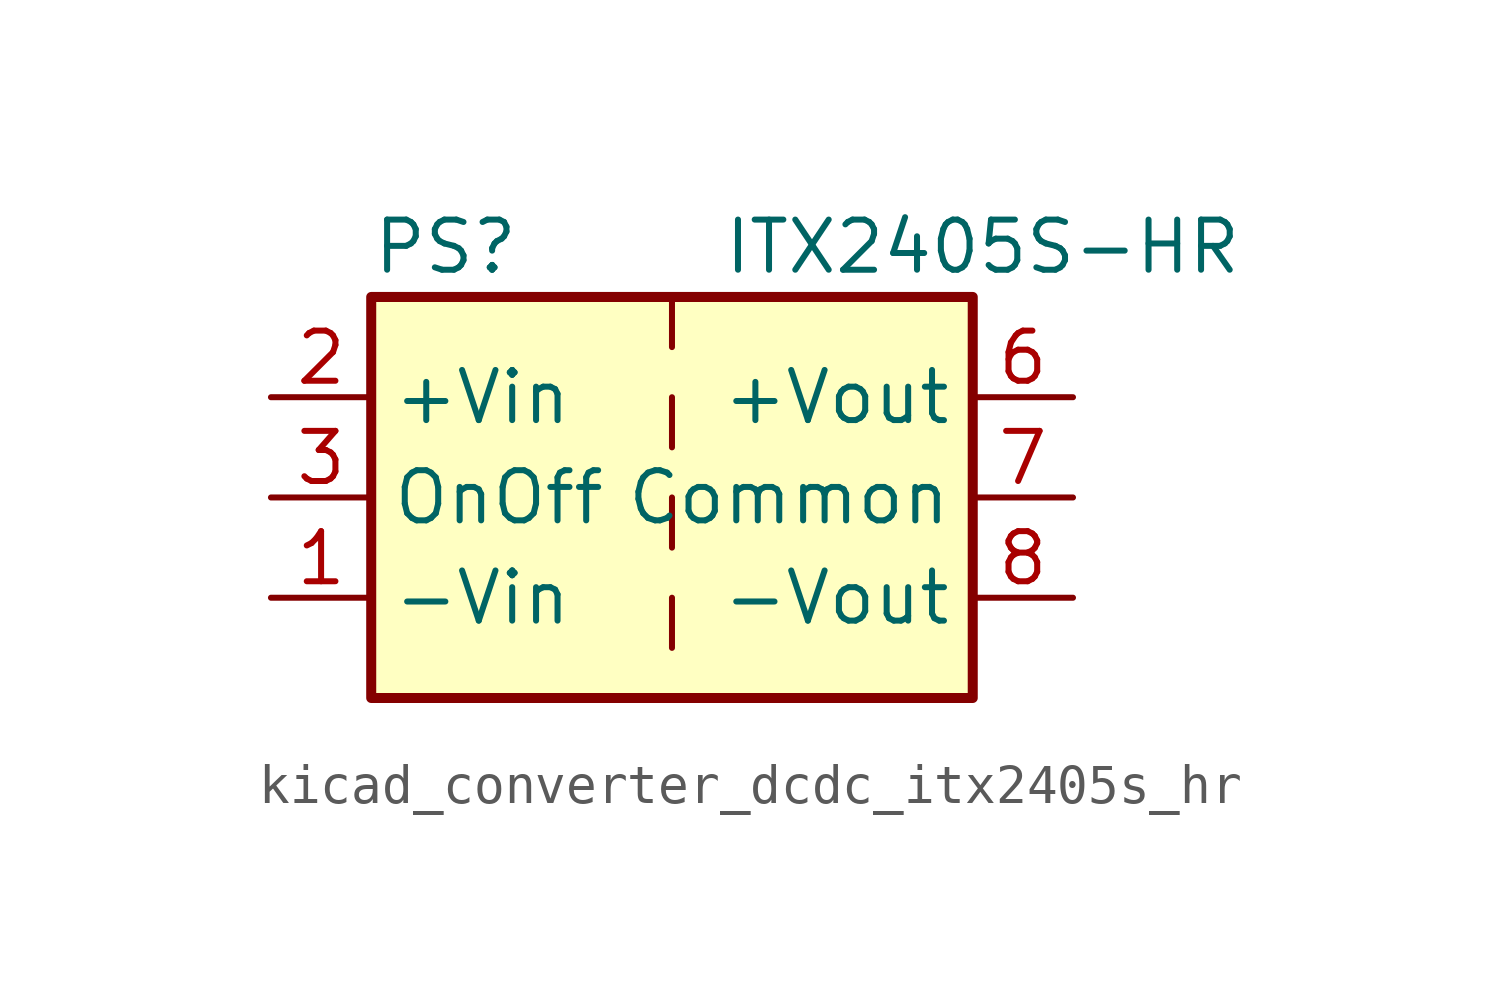
<source format=kicad_sym>
(kicad_symbol_lib
  (version 20220914)
  (generator kicad_symbol_editor)
  (symbol "kicad_converter_dcdc_itx2405s_hr"
    (property "Reference" "PS"
      (at -7.62 6.35 0)
      (effects (font (size 1.27 1.27)) (justify left)))
    (property "Value" "ITX2405S-HR"
      (at 1.27 6.35 0)
      (effects (font (size 1.27 1.27)) (justify left)))
    (symbol "kicad_converter_dcdc_itx2405s_hr_0_0"
      (pin power_in line (at -10.16 -2.54 0) (length 2.54) (name "-Vin" (effects (font (size 1.27 1.27)))) (number "1" (effects (font (size 1.27 1.27)))))
      (pin power_in line (at -10.16 2.54 0) (length 2.54) (name "+Vin" (effects (font (size 1.27 1.27)))) (number "2" (effects (font (size 1.27 1.27)))))
      (pin input line (at -10.16 0 0) (length 2.54) (name "OnOff" (effects (font (size 1.27 1.27)))) (number "3" (effects (font (size 1.27 1.27)))))
      (pin no_connect line (at 0 5.08 270) (length 2.54) hide (name "NC" (effects (font (size 1.27 1.27)))) (number "5" (effects (font (size 1.27 1.27)))))
      (pin power_out line (at 10.16 2.54 180) (length 2.54) (name "+Vout" (effects (font (size 1.27 1.27)))) (number "6" (effects (font (size 1.27 1.27)))))
      (pin power_out line (at 10.16 0 180) (length 2.54) (name "Common" (effects (font (size 1.27 1.27)))) (number "7" (effects (font (size 1.27 1.27)))))
      (pin power_out line (at 10.16 -2.54 180) (length 2.54) (name "-Vout" (effects (font (size 1.27 1.27)))) (number "8" (effects (font (size 1.27 1.27))))))
    (symbol "kicad_converter_dcdc_itx2405s_hr_0_1"
      (rectangle (start -7.62 5.08) (end 7.62 -5.08) (stroke (width 0.254) (type default)) (fill (type background)))
      (polyline (pts (xy 0 -2.54) (xy 0 -3.81)) (stroke (width 0) (type default)) (fill (type none)))
      (polyline (pts (xy 0 0) (xy 0 -1.27)) (stroke (width 0) (type default)) (fill (type none)))
      (polyline (pts (xy 0 2.54) (xy 0 1.27)) (stroke (width 0) (type default)) (fill (type none)))
      (polyline (pts (xy 0 5.08) (xy 0 3.81)) (stroke (width 0) (type default)) (fill (type none))))))
</source>
